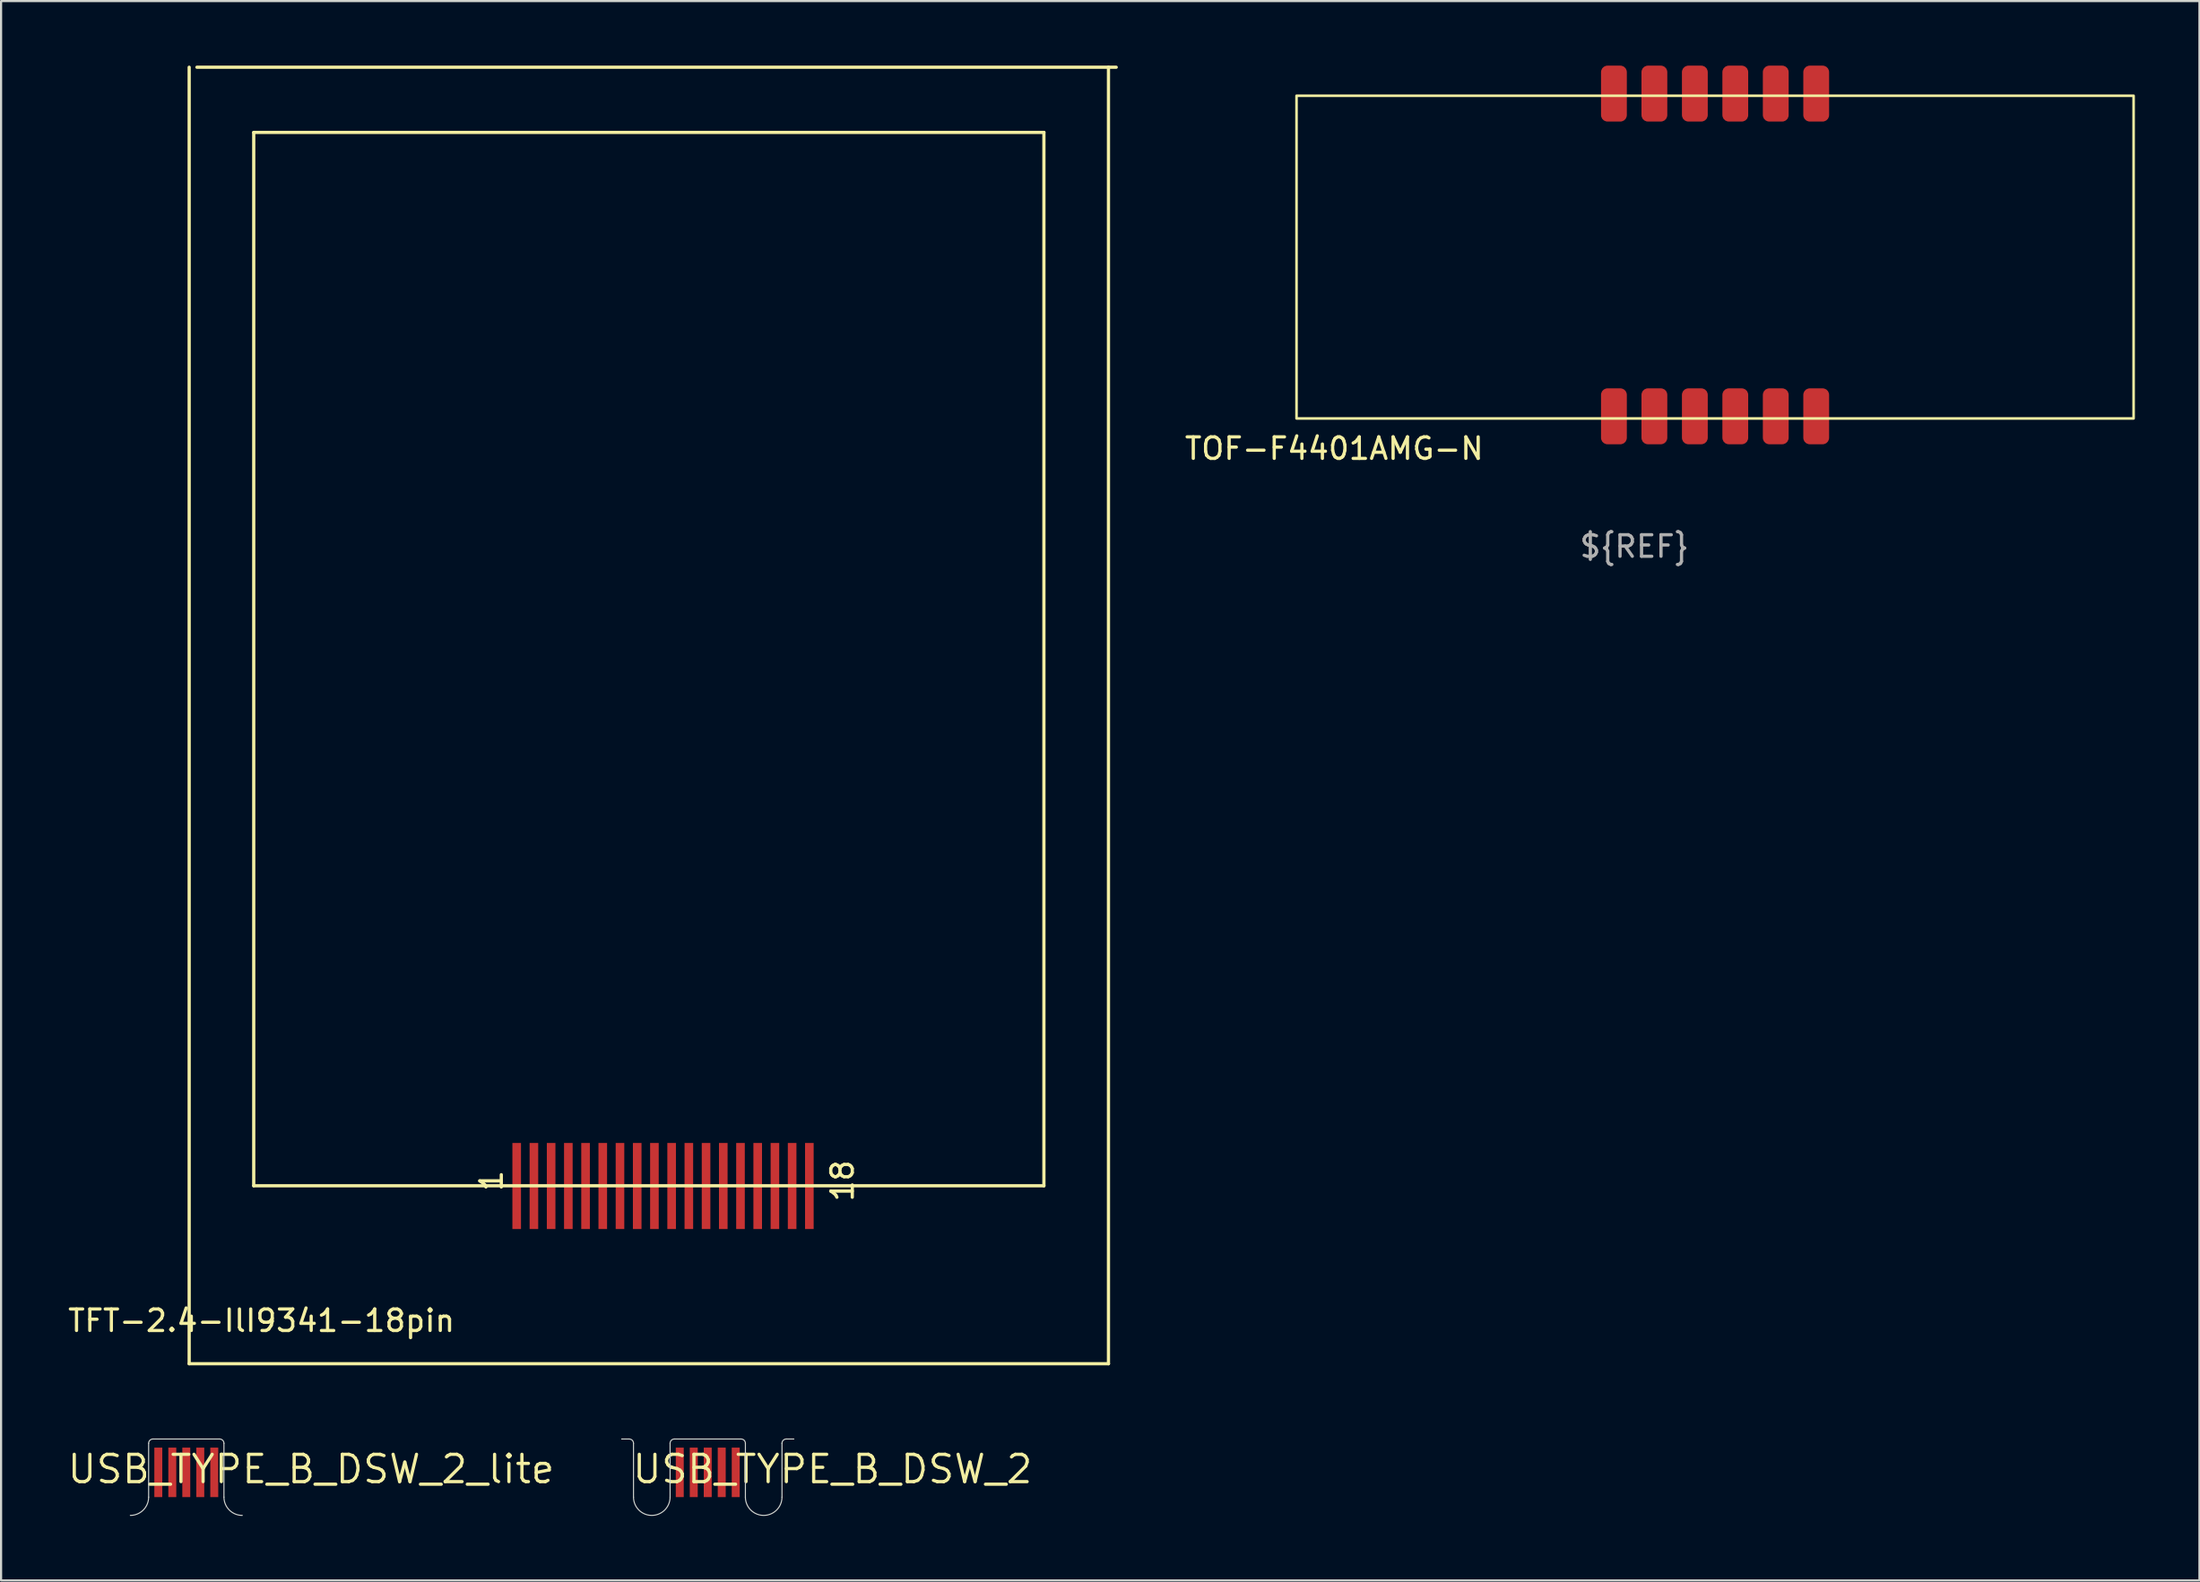
<source format=kicad_pcb>
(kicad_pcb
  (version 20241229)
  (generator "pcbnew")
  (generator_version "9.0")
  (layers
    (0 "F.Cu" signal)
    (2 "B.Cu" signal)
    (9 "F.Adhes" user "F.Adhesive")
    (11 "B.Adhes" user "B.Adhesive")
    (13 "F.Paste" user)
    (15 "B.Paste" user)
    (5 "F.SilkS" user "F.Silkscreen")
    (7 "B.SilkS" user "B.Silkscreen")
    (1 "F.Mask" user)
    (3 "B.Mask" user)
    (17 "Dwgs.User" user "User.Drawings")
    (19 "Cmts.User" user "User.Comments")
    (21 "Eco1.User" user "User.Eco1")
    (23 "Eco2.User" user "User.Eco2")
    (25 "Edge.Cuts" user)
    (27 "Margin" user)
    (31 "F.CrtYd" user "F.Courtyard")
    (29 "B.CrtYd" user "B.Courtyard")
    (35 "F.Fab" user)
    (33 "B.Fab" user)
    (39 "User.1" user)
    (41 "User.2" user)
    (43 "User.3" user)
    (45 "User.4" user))
  (footprint "USB_TYPE_B_DSW_2"
    (layer "F.Cu")
    (at 29.839 63.835)
    (property "Reference" "USB_TYPE_B_DSW_2" (at 5.8 1.4 0) (layer "F.SilkS") (effects (font (size 1.27 1.27) (thickness 0.15))))
    (attr through_hole)
    (fp_line (start -4 0) (end -3.65 0) (stroke (width 0.05) (type solid)) (layer "Edge.Cuts"))
    (fp_line (start -3.45 0.2) (end -3.45 2.7) (stroke (width 0.05) (type solid)) (layer "Edge.Cuts"))
    (fp_line (start -1.75 0.2) (end -1.75 2.7) (stroke (width 0.05) (type solid)) (layer "Edge.Cuts"))
    (fp_line (start -1.55 0) (end 1.55 0) (stroke (width 0.05) (type solid)) (layer "Edge.Cuts"))
    (fp_line (start 1.75 0.2) (end 1.75 2.7) (stroke (width 0.05) (type solid)) (layer "Edge.Cuts"))
    (fp_line (start 3.45 0.2) (end 3.45 2.7) (stroke (width 0.05) (type solid)) (layer "Edge.Cuts"))
    (fp_line (start 4 0) (end 3.65 0) (stroke (width 0.05) (type solid)) (layer "Edge.Cuts"))
    (fp_arc (start -3.65 0) (mid -3.508579 0.058579) (end -3.45 0.2) (stroke (width 0.05) (type solid)) (layer "Edge.Cuts"))
    (fp_arc (start -1.75 0.2) (mid -1.691421 0.058579) (end -1.55 0) (stroke (width 0.05) (type solid)) (layer "Edge.Cuts"))
    (fp_arc (start -1.75 2.7) (mid -2.6 3.55) (end -3.45 2.7) (stroke (width 0.05) (type solid)) (layer "Edge.Cuts"))
    (fp_arc (start 1.55 0) (mid 1.691421 0.058579) (end 1.75 0.2) (stroke (width 0.05) (type solid)) (layer "Edge.Cuts"))
    (fp_arc (start 3.45 0.2) (mid 3.508579 0.058579) (end 3.65 0) (stroke (width 0.05) (type solid)) (layer "Edge.Cuts"))
    (fp_arc (start 3.45 2.7) (mid 2.6 3.55) (end 1.75 2.7) (stroke (width 0.05) (type solid)) (layer "Edge.Cuts"))
    (pad "1" smd rect (at -1.3 1.55 90) (size 2.3 0.37) (layers "F.Cu" "F.Mask" "F.Paste"))
    (pad "2" smd rect (at -0.65 1.55 90) (size 2.3 0.37) (layers "F.Cu" "F.Mask" "F.Paste"))
    (pad "3" smd rect (at 0 1.55 90) (size 2.3 0.37) (layers "F.Cu" "F.Mask" "F.Paste"))
    (pad "4" smd rect (at 0.65 1.55 90) (size 2.3 0.37) (layers "F.Cu" "F.Mask" "F.Paste"))
    (pad "5" smd rect (at 1.3 1.55 90) (size 2.3 0.37) (layers "F.Cu" "F.Mask" "F.Paste")))
  (footprint "TFT-2.4-IlI9341-18pin"
    (layer "F.Cu")
    (at 27.101 60.335)
    (property "Reference" "TFT-2.4-IlI9341-18pin" (at -18 -2 0) (layer "F.SilkS") (effects (font (size 1 1) (thickness 0.15))))
    (attr through_hole)
    (fp_line (start -21.36 0) (end -21.36 -60.26) (stroke (width 0.15) (type solid)) (layer "F.SilkS"))
    (fp_line (start -21.36 0) (end 21.36 0) (stroke (width 0.15) (type solid)) (layer "F.SilkS"))
    (fp_line (start -21 -60.26) (end 21.72 -60.26) (stroke (width 0.15) (type solid)) (layer "F.SilkS"))
    (fp_line (start -18.36 -57.23) (end 18.36 -57.23) (stroke (width 0.15) (type solid)) (layer "F.SilkS"))
    (fp_line (start -18.36 -8.27) (end -18.36 -57.23) (stroke (width 0.15) (type solid)) (layer "F.SilkS"))
    (fp_line (start 18.36 -57.23) (end 18.36 -8.27) (stroke (width 0.15) (type solid)) (layer "F.SilkS"))
    (fp_line (start 18.36 -8.27) (end -18.36 -8.27) (stroke (width 0.15) (type solid)) (layer "F.SilkS"))
    (fp_line (start 21.36 0) (end 21.36 -60.26) (stroke (width 0.15) (type solid)) (layer "F.SilkS"))
    (fp_text user "18" (at 9 -8.5 90) (layer "F.SilkS") (effects (font (size 1 1) (thickness 0.15))))
    (fp_text user "1" (at -7.31 -8.5 90) (layer "F.SilkS") (effects (font (size 1 1) (thickness 0.15))))
    (pad "1" smd rect (at -6.14 -8.26 90) (size 4 0.4) (layers "F.Cu" "F.Mask" "F.Paste"))
    (pad "2" smd rect (at -5.34 -8.26 90) (size 4 0.4) (layers "F.Cu" "F.Mask" "F.Paste"))
    (pad "3" smd rect (at -4.54 -8.26 90) (size 4 0.4) (layers "F.Cu" "F.Mask" "F.Paste"))
    (pad "4" smd rect (at -3.74 -8.26 90) (size 4 0.4) (layers "F.Cu" "F.Mask" "F.Paste"))
    (pad "5" smd rect (at -2.94 -8.26 90) (size 4 0.4) (layers "F.Cu" "F.Mask" "F.Paste"))
    (pad "6" smd rect (at -2.14 -8.26 90) (size 4 0.4) (layers "F.Cu" "F.Mask" "F.Paste"))
    (pad "7" smd rect (at -1.34 -8.26 90) (size 4 0.4) (layers "F.Cu" "F.Mask" "F.Paste"))
    (pad "8" smd rect (at -0.54 -8.26 90) (size 4 0.4) (layers "F.Cu" "F.Mask" "F.Paste"))
    (pad "9" smd rect (at 0.26 -8.26 90) (size 4 0.4) (layers "F.Cu" "F.Mask" "F.Paste"))
    (pad "10" smd rect (at 1.06 -8.26 90) (size 4 0.4) (layers "F.Cu" "F.Mask" "F.Paste"))
    (pad "11" smd rect (at 1.86 -8.26 90) (size 4 0.4) (layers "F.Cu" "F.Mask" "F.Paste"))
    (pad "12" smd rect (at 2.66 -8.26 90) (size 4 0.4) (layers "F.Cu" "F.Mask" "F.Paste"))
    (pad "13" smd rect (at 3.46 -8.26 90) (size 4 0.4) (layers "F.Cu" "F.Mask" "F.Paste"))
    (pad "14" smd rect (at 4.26 -8.26 90) (size 4 0.4) (layers "F.Cu" "F.Mask" "F.Paste"))
    (pad "15" smd rect (at 5.06 -8.26 90) (size 4 0.4) (layers "F.Cu" "F.Mask" "F.Paste"))
    (pad "16" smd rect (at 5.86 -8.26 90) (size 4 0.4) (layers "F.Cu" "F.Mask" "F.Paste"))
    (pad "17" smd rect (at 6.66 -8.26 90) (size 4 0.4) (layers "F.Cu" "F.Mask" "F.Paste"))
    (pad "18" smd rect (at 7.46 -8.26 90) (size 4 0.4) (layers "F.Cu" "F.Mask" "F.Paste")))
  (footprint "USB_TYPE_B_DSW_2_lite"
    (layer "F.Cu")
    (at 5.607 63.835)
    (property "Reference" "USB_TYPE_B_DSW_2_lite" (at 5.8 1.4 0) (layer "F.SilkS") (effects (font (size 1.27 1.27) (thickness 0.15))))
    (attr through_hole)
    (fp_line (start -1.75 0.2) (end -1.75 2.7) (stroke (width 0.05) (type solid)) (layer "Edge.Cuts"))
    (fp_line (start -1.55 0) (end 1.55 0) (stroke (width 0.05) (type solid)) (layer "Edge.Cuts"))
    (fp_line (start 1.75 0.2) (end 1.75 2.7) (stroke (width 0.05) (type solid)) (layer "Edge.Cuts"))
    (fp_arc (start -1.75 0.2) (mid -1.691421 0.058579) (end -1.55 0) (stroke (width 0.05) (type solid)) (layer "Edge.Cuts"))
    (fp_arc (start -1.75 2.7) (mid -1.998959 3.301041) (end -2.6 3.55) (stroke (width 0.05) (type solid)) (layer "Edge.Cuts"))
    (fp_arc (start 1.55 0) (mid 1.691421 0.058579) (end 1.75 0.2) (stroke (width 0.05) (type solid)) (layer "Edge.Cuts"))
    (fp_arc (start 2.6 3.55) (mid 1.998959 3.301041) (end 1.75 2.7) (stroke (width 0.05) (type solid)) (layer "Edge.Cuts"))
    (pad "1" smd rect (at -1.3 1.55 90) (size 2.3 0.37) (layers "F.Cu" "F.Mask" "F.Paste"))
    (pad "2" smd rect (at -0.65 1.55 90) (size 2.3 0.37) (layers "F.Cu" "F.Mask" "F.Paste"))
    (pad "3" smd rect (at 0 1.55 90) (size 2.3 0.37) (layers "F.Cu" "F.Mask" "F.Paste"))
    (pad "4" smd rect (at 0.65 1.55 90) (size 2.3 0.37) (layers "F.Cu" "F.Mask" "F.Paste"))
    (pad "5" smd rect (at 1.3 1.55 90) (size 2.3 0.37) (layers "F.Cu" "F.Mask" "F.Paste")))
  (footprint "TOF-F4401AMG-N"
    (layer "F.Cu")
    (at 71.95 16.3)
    (property "Reference" "TOF-F4401AMG-N" (at -13 1.5 0) (unlocked yes) (layer "F.SilkS") (effects (font (size 1 1) (thickness 0.15))))
    (attr smd)
    (fp_rect (start -14.75 -14.9) (end 24.15 0.1) (stroke (width 0.12) (type solid)) (fill no) (layer "F.SilkS"))
    (fp_text user "${REF}" (at 0.95 6.05 0) (unlocked yes) (layer "F.Fab") (effects (font (size 1 1) (thickness 0.15))))
    (pad "1" smd roundrect (at 0 0 90) (size 2.6 1.2) (layers "F.Cu" "F.Mask" "F.Paste") (roundrect_rratio 0.25))
    (pad "2" smd roundrect (at 1.88 0 90) (size 2.6 1.2) (layers "F.Cu" "F.Mask" "F.Paste") (roundrect_rratio 0.25))
    (pad "3" smd roundrect (at 3.76 0 90) (size 2.6 1.2) (layers "F.Cu" "F.Mask" "F.Paste") (roundrect_rratio 0.25))
    (pad "4" smd roundrect (at 5.64 0 90) (size 2.6 1.2) (layers "F.Cu" "F.Mask" "F.Paste") (roundrect_rratio 0.25))
    (pad "5" smd roundrect (at 7.52 0 90) (size 2.6 1.2) (layers "F.Cu" "F.Mask" "F.Paste") (roundrect_rratio 0.25))
    (pad "6" smd roundrect (at 9.4 0 90) (size 2.6 1.2) (layers "F.Cu" "F.Mask" "F.Paste") (roundrect_rratio 0.25))
    (pad "7" smd roundrect (at 9.4 -15 270) (size 2.6 1.2) (layers "F.Cu" "F.Mask" "F.Paste") (roundrect_rratio 0.25))
    (pad "8" smd roundrect (at 7.52 -15 270) (size 2.6 1.2) (layers "F.Cu" "F.Mask" "F.Paste") (roundrect_rratio 0.25))
    (pad "9" smd roundrect (at 5.64 -15 270) (size 2.6 1.2) (layers "F.Cu" "F.Mask" "F.Paste") (roundrect_rratio 0.25))
    (pad "10" smd roundrect (at 3.76 -15 270) (size 2.6 1.2) (layers "F.Cu" "F.Mask" "F.Paste") (roundrect_rratio 0.25))
    (pad "11" smd roundrect (at 1.88 -15 270) (size 2.6 1.2) (layers "F.Cu" "F.Mask" "F.Paste") (roundrect_rratio 0.25))
    (pad "12" smd roundrect (at 0 -15 270) (size 2.6 1.2) (layers "F.Cu" "F.Mask" "F.Paste") (roundrect_rratio 0.25)))
  (gr_rect
    (start -3 -3)
    (end 99.16 70.41)
    (stroke (width 0.1) (type default))
    (fill no)
    (layer "Edge.Cuts")))
</source>
